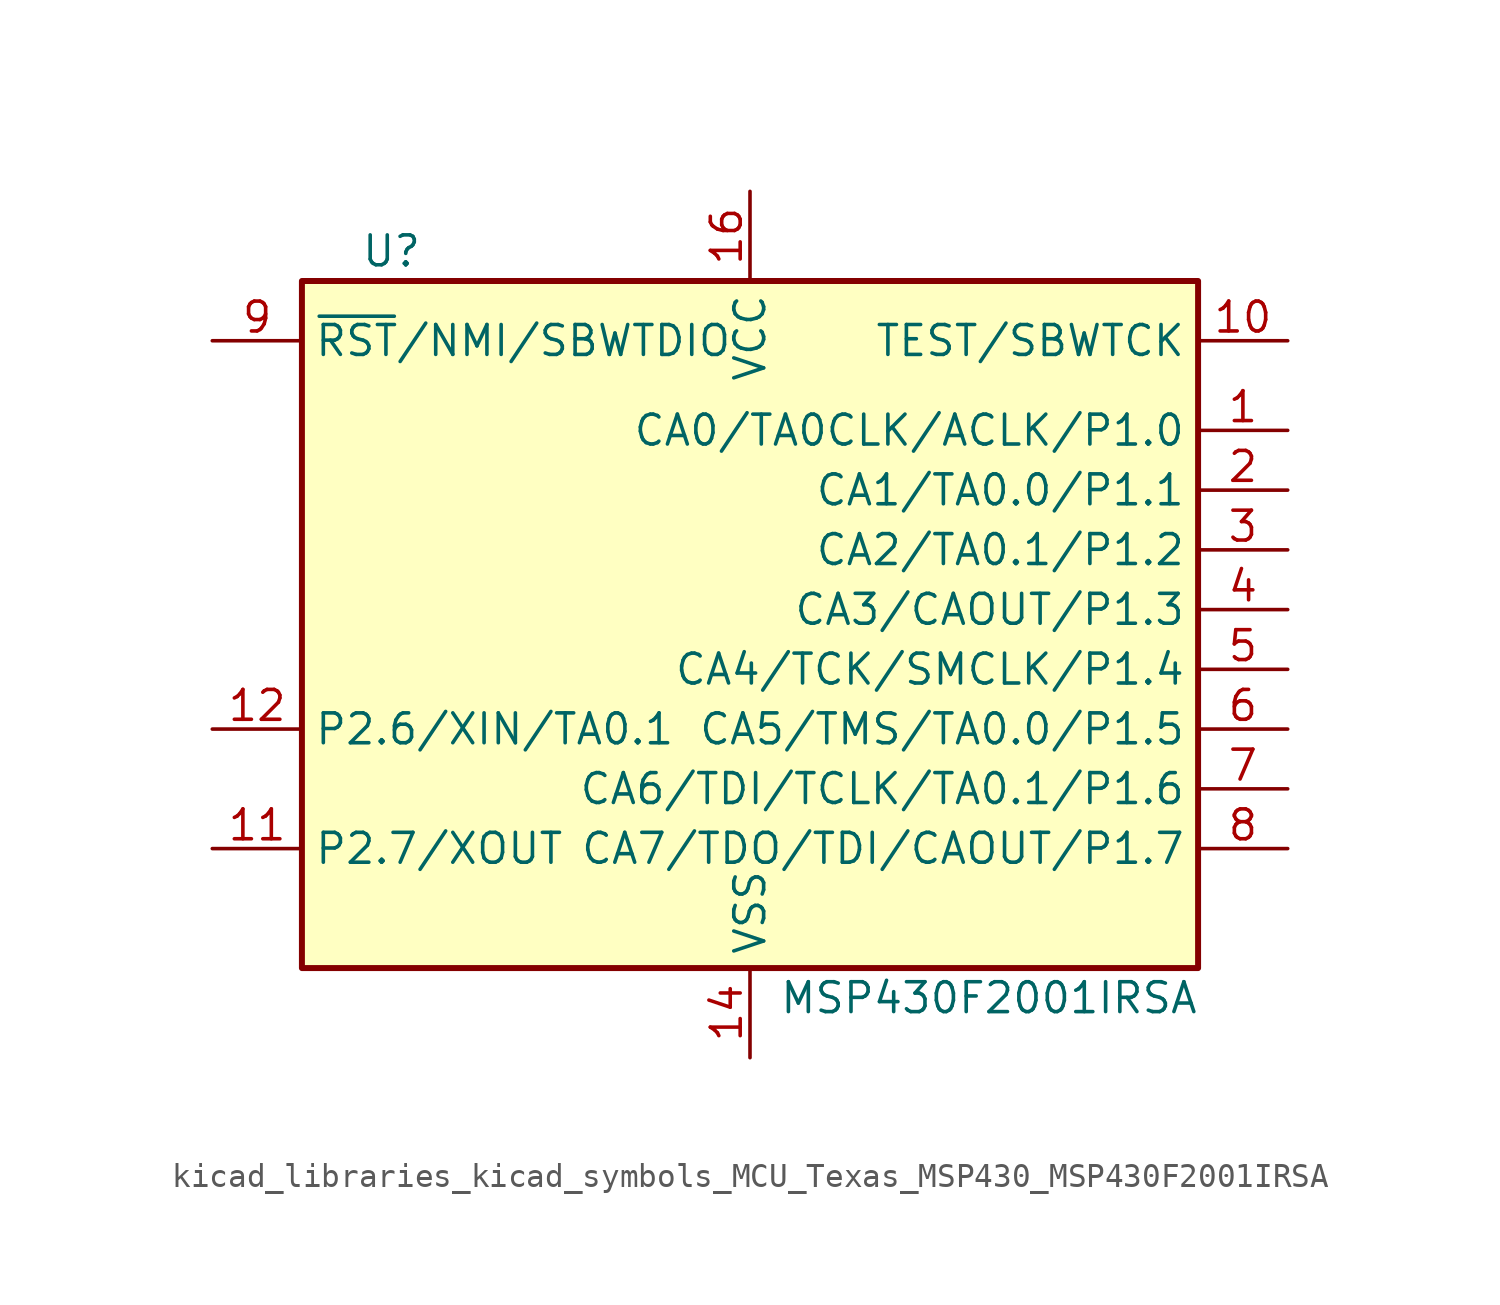
<source format=kicad_sym>
(kicad_symbol_lib
  (version 20220914)
  (generator kicad_symbol_editor)
  (symbol "kicad_libraries_kicad_symbols_MCU_Texas_MSP430_MSP430F2001IRSA"
    (property "Reference" "U"
      (at -15.24 15.24 0)
      (effects (font (size 1.27 1.27))))
    (property "Value" "MSP430F2001IRSA"
      (at 10.16 -16.51 0)
      (effects (font (size 1.27 1.27))))
    (symbol "kicad_libraries_kicad_symbols_MCU_Texas_MSP430_MSP430F2001IRSA_0_1"
      (rectangle (start -19.05 13.97) (end 19.05 -15.24) (stroke (width 0.254) (type default)) (fill (type background))))
    (symbol "kicad_libraries_kicad_symbols_MCU_Texas_MSP430_MSP430F2001IRSA_1_1"
      (pin bidirectional line (at 22.86 7.62 180) (length 3.81) (name "CA0/TA0CLK/ACLK/P1.0" (effects (font (size 1.27 1.27)))) (number "1" (effects (font (size 1.27 1.27)))))
      (pin input line (at 22.86 11.43 180) (length 3.81) (name "TEST/SBWTCK" (effects (font (size 1.27 1.27)))) (number "10" (effects (font (size 1.27 1.27)))))
      (pin bidirectional line (at -22.86 -10.16 0) (length 3.81) (name "P2.7/XOUT" (effects (font (size 1.27 1.27)))) (number "11" (effects (font (size 1.27 1.27)))))
      (pin bidirectional line (at -22.86 -5.08 0) (length 3.81) (name "P2.6/XIN/TA0.1" (effects (font (size 1.27 1.27)))) (number "12" (effects (font (size 1.27 1.27)))))
      (pin power_in line (at 0 -19.05 90) (length 3.81) (name "VSS" (effects (font (size 1.27 1.27)))) (number "14" (effects (font (size 1.27 1.27)))))
      (pin power_in line (at 0 17.78 270) (length 3.81) (name "VCC" (effects (font (size 1.27 1.27)))) (number "16" (effects (font (size 1.27 1.27)))))
      (pin bidirectional line (at 22.86 5.08 180) (length 3.81) (name "CA1/TA0.0/P1.1" (effects (font (size 1.27 1.27)))) (number "2" (effects (font (size 1.27 1.27)))))
      (pin bidirectional line (at 22.86 2.54 180) (length 3.81) (name "CA2/TA0.1/P1.2" (effects (font (size 1.27 1.27)))) (number "3" (effects (font (size 1.27 1.27)))))
      (pin bidirectional line (at 22.86 0 180) (length 3.81) (name "CA3/CAOUT/P1.3" (effects (font (size 1.27 1.27)))) (number "4" (effects (font (size 1.27 1.27)))))
      (pin bidirectional line (at 22.86 -2.54 180) (length 3.81) (name "CA4/TCK/SMCLK/P1.4" (effects (font (size 1.27 1.27)))) (number "5" (effects (font (size 1.27 1.27)))))
      (pin bidirectional line (at 22.86 -5.08 180) (length 3.81) (name "CA5/TMS/TA0.0/P1.5" (effects (font (size 1.27 1.27)))) (number "6" (effects (font (size 1.27 1.27)))))
      (pin bidirectional line (at 22.86 -7.62 180) (length 3.81) (name "CA6/TDI/TCLK/TA0.1/P1.6" (effects (font (size 1.27 1.27)))) (number "7" (effects (font (size 1.27 1.27)))))
      (pin bidirectional line (at 22.86 -10.16 180) (length 3.81) (name "CA7/TDO/TDI/CAOUT/P1.7" (effects (font (size 1.27 1.27)))) (number "8" (effects (font (size 1.27 1.27)))))
      (pin input line (at -22.86 11.43 0) (length 3.81) (name "~{RST}/NMI/SBWTDIO" (effects (font (size 1.27 1.27)))) (number "9" (effects (font (size 1.27 1.27))))))))
</source>
